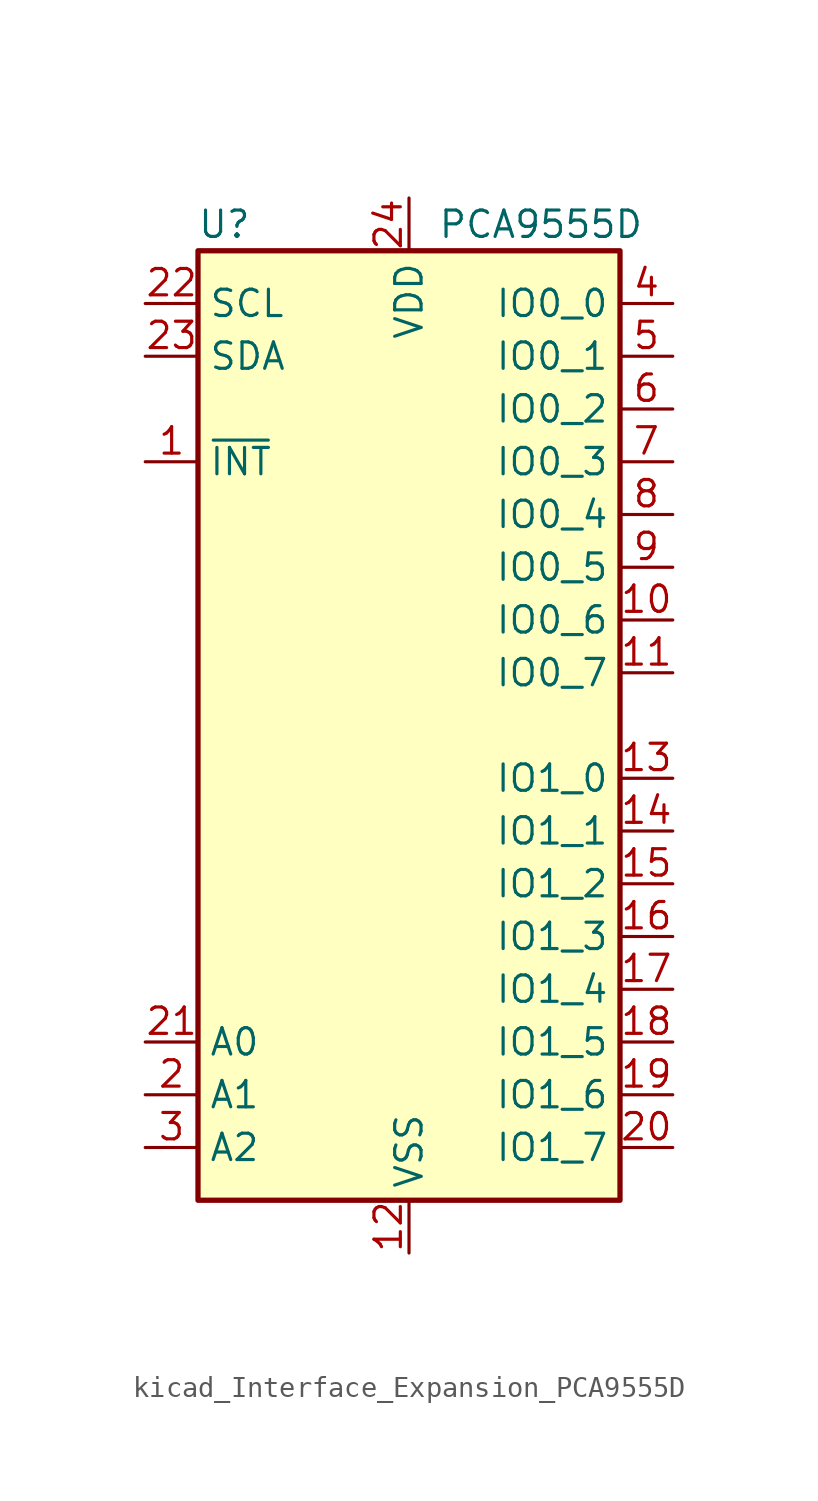
<source format=kicad_sym>
(kicad_symbol_lib
  (version 20220914)
  (generator kicad_symbol_editor)
  (symbol "kicad_Interface_Expansion_PCA9555D"
    (property "Reference" "U"
      (at -8.89 24.13 0)
      (effects (font (size 1.27 1.27))))
    (property "Value" "PCA9555D"
      (at 6.35 24.13 0)
      (effects (font (size 1.27 1.27))))
    (symbol "kicad_Interface_Expansion_PCA9555D_0_1"
      (rectangle (start -10.16 22.86) (end 10.16 -22.86) (stroke (width 0.254) (type default)) (fill (type background))))
    (symbol "kicad_Interface_Expansion_PCA9555D_1_1"
      (pin open_collector line (at -12.7 12.7 0) (length 2.54) (name "~{INT}" (effects (font (size 1.27 1.27)))) (number "1" (effects (font (size 1.27 1.27)))))
      (pin bidirectional line (at 12.7 5.08 180) (length 2.54) (name "IO0_6" (effects (font (size 1.27 1.27)))) (number "10" (effects (font (size 1.27 1.27)))))
      (pin bidirectional line (at 12.7 2.54 180) (length 2.54) (name "IO0_7" (effects (font (size 1.27 1.27)))) (number "11" (effects (font (size 1.27 1.27)))))
      (pin power_in line (at 0 -25.4 90) (length 2.54) (name "VSS" (effects (font (size 1.27 1.27)))) (number "12" (effects (font (size 1.27 1.27)))))
      (pin bidirectional line (at 12.7 -2.54 180) (length 2.54) (name "IO1_0" (effects (font (size 1.27 1.27)))) (number "13" (effects (font (size 1.27 1.27)))))
      (pin bidirectional line (at 12.7 -5.08 180) (length 2.54) (name "IO1_1" (effects (font (size 1.27 1.27)))) (number "14" (effects (font (size 1.27 1.27)))))
      (pin bidirectional line (at 12.7 -7.62 180) (length 2.54) (name "IO1_2" (effects (font (size 1.27 1.27)))) (number "15" (effects (font (size 1.27 1.27)))))
      (pin bidirectional line (at 12.7 -10.16 180) (length 2.54) (name "IO1_3" (effects (font (size 1.27 1.27)))) (number "16" (effects (font (size 1.27 1.27)))))
      (pin bidirectional line (at 12.7 -12.7 180) (length 2.54) (name "IO1_4" (effects (font (size 1.27 1.27)))) (number "17" (effects (font (size 1.27 1.27)))))
      (pin bidirectional line (at 12.7 -15.24 180) (length 2.54) (name "IO1_5" (effects (font (size 1.27 1.27)))) (number "18" (effects (font (size 1.27 1.27)))))
      (pin bidirectional line (at 12.7 -17.78 180) (length 2.54) (name "IO1_6" (effects (font (size 1.27 1.27)))) (number "19" (effects (font (size 1.27 1.27)))))
      (pin input line (at -12.7 -17.78 0) (length 2.54) (name "A1" (effects (font (size 1.27 1.27)))) (number "2" (effects (font (size 1.27 1.27)))))
      (pin bidirectional line (at 12.7 -20.32 180) (length 2.54) (name "IO1_7" (effects (font (size 1.27 1.27)))) (number "20" (effects (font (size 1.27 1.27)))))
      (pin input line (at -12.7 -15.24 0) (length 2.54) (name "A0" (effects (font (size 1.27 1.27)))) (number "21" (effects (font (size 1.27 1.27)))))
      (pin input line (at -12.7 20.32 0) (length 2.54) (name "SCL" (effects (font (size 1.27 1.27)))) (number "22" (effects (font (size 1.27 1.27)))))
      (pin bidirectional line (at -12.7 17.78 0) (length 2.54) (name "SDA" (effects (font (size 1.27 1.27)))) (number "23" (effects (font (size 1.27 1.27)))))
      (pin power_in line (at 0 25.4 270) (length 2.54) (name "VDD" (effects (font (size 1.27 1.27)))) (number "24" (effects (font (size 1.27 1.27)))))
      (pin input line (at -12.7 -20.32 0) (length 2.54) (name "A2" (effects (font (size 1.27 1.27)))) (number "3" (effects (font (size 1.27 1.27)))))
      (pin bidirectional line (at 12.7 20.32 180) (length 2.54) (name "IO0_0" (effects (font (size 1.27 1.27)))) (number "4" (effects (font (size 1.27 1.27)))))
      (pin bidirectional line (at 12.7 17.78 180) (length 2.54) (name "IO0_1" (effects (font (size 1.27 1.27)))) (number "5" (effects (font (size 1.27 1.27)))))
      (pin bidirectional line (at 12.7 15.24 180) (length 2.54) (name "IO0_2" (effects (font (size 1.27 1.27)))) (number "6" (effects (font (size 1.27 1.27)))))
      (pin bidirectional line (at 12.7 12.7 180) (length 2.54) (name "IO0_3" (effects (font (size 1.27 1.27)))) (number "7" (effects (font (size 1.27 1.27)))))
      (pin bidirectional line (at 12.7 10.16 180) (length 2.54) (name "IO0_4" (effects (font (size 1.27 1.27)))) (number "8" (effects (font (size 1.27 1.27)))))
      (pin bidirectional line (at 12.7 7.62 180) (length 2.54) (name "IO0_5" (effects (font (size 1.27 1.27)))) (number "9" (effects (font (size 1.27 1.27))))))))
</source>
